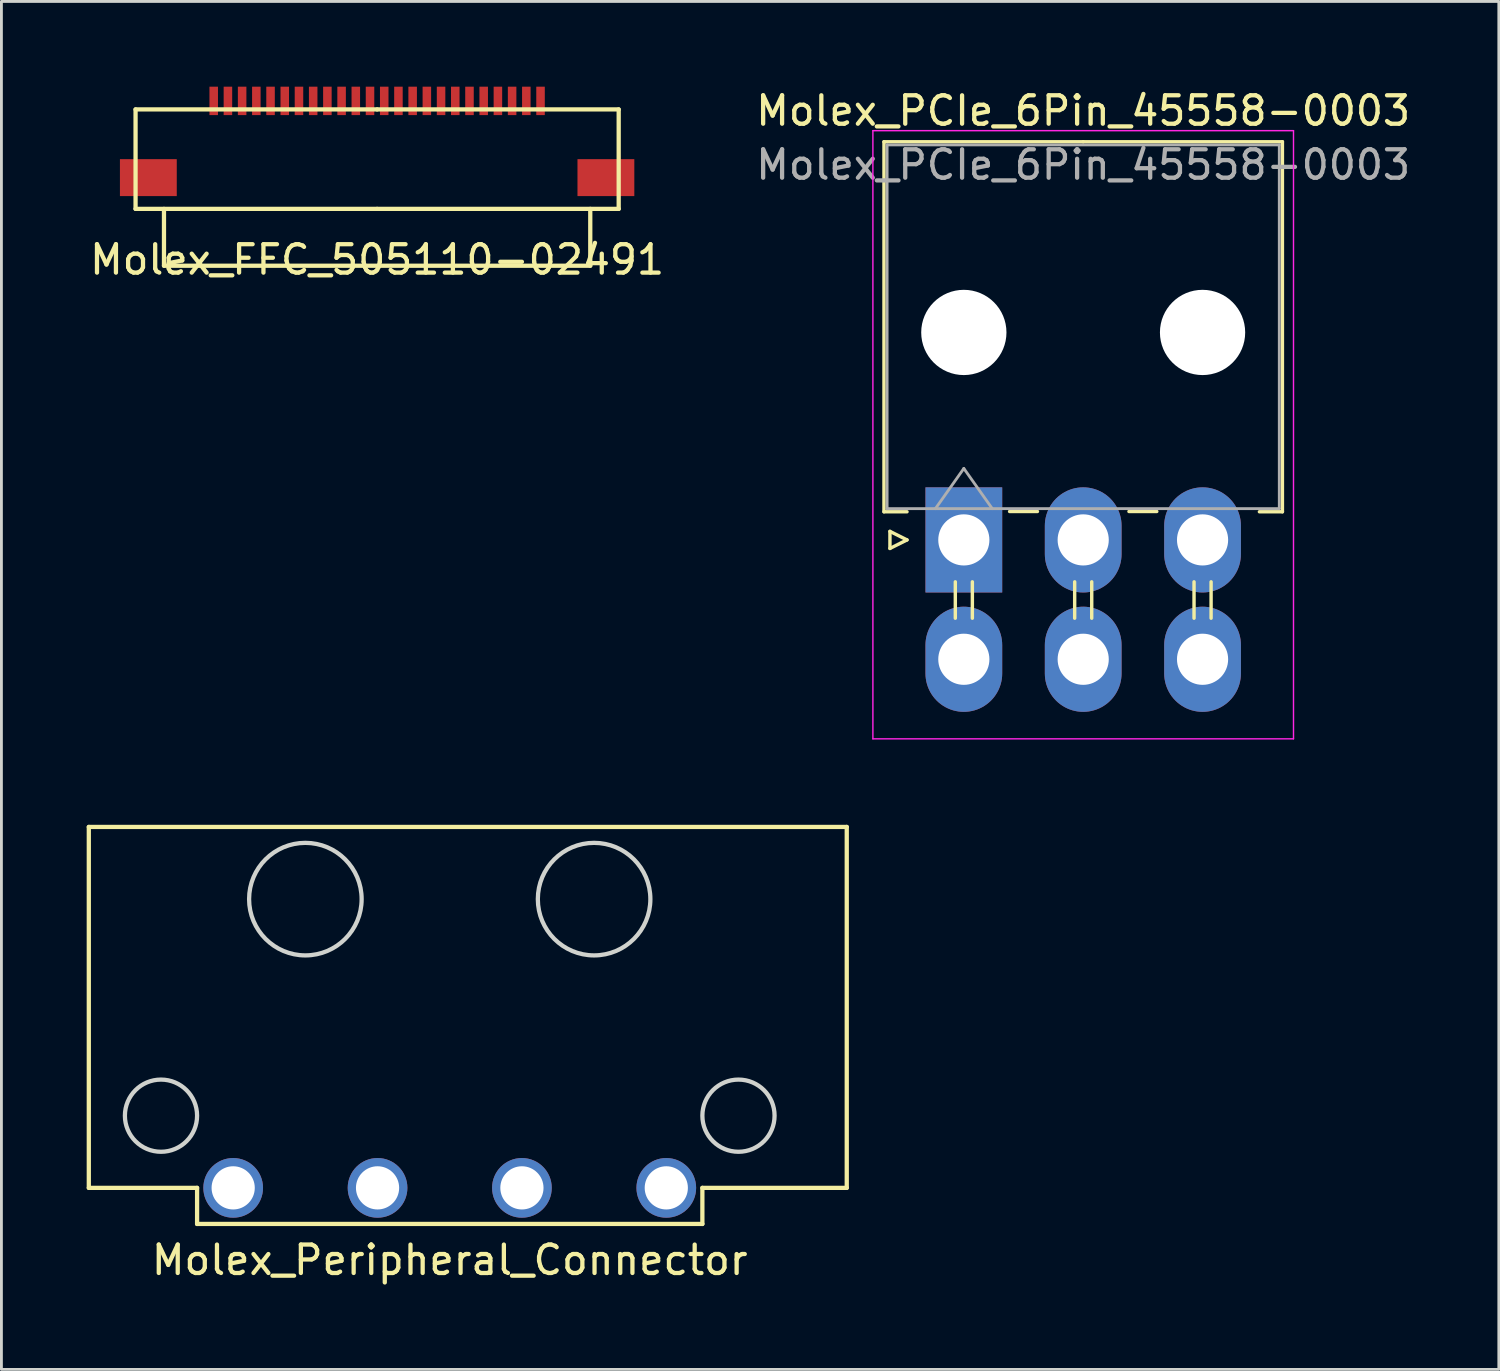
<source format=kicad_pcb>
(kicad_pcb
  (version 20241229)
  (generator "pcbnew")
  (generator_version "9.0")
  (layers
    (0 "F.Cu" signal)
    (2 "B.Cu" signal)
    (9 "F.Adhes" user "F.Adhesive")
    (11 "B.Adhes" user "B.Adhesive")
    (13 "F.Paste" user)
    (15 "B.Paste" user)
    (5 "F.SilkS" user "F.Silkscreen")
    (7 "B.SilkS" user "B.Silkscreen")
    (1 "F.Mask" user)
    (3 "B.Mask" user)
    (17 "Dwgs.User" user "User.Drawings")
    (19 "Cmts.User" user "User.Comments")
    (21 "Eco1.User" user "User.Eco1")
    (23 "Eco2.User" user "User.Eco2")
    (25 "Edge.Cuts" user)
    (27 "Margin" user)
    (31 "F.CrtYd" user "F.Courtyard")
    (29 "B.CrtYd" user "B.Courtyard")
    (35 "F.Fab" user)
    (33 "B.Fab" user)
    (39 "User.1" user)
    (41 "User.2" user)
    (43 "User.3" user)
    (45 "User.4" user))
  (footprint "Molex_FFC_505110-02491"
    (layer "F.Cu")
    (at 10.22 0.5)
    (property "Reference" "Molex_FFC_505110-02491" (at 0 5.588 0) (layer "F.SilkS") (effects (font (size 1 1) (thickness 0.15))))
    (attr through_hole)
    (fp_line (start -8.5 0.3) (end -8.5 3.8) (stroke (width 0.15) (type solid)) (layer "F.SilkS"))
    (fp_line (start -8.5 3.8) (end 0 3.8) (stroke (width 0.15) (type solid)) (layer "F.SilkS"))
    (fp_line (start -7.5 5.8) (end -7.5 3.8) (stroke (width 0.15) (type solid)) (layer "F.SilkS"))
    (fp_line (start 0 0.3) (end -8.5 0.3) (stroke (width 0.15) (type solid)) (layer "F.SilkS"))
    (fp_line (start 0 0.3) (end 8.5 0.3) (stroke (width 0.15) (type solid)) (layer "F.SilkS"))
    (fp_line (start 0 3.8) (end 8.5 3.8) (stroke (width 0.15) (type solid)) (layer "F.SilkS"))
    (fp_line (start 7.5 3.8) (end 7.5 5.8) (stroke (width 0.15) (type solid)) (layer "F.SilkS"))
    (fp_line (start 7.5 5.8) (end -7.5 5.8) (stroke (width 0.15) (type solid)) (layer "F.SilkS"))
    (fp_line (start 8.5 0.3) (end 8.5 3.8) (stroke (width 0.15) (type solid)) (layer "F.SilkS"))
    (pad "1" smd trapezoid (at -5.75 0) (size 0.3 1) (layers "F.Cu" "F.Mask" "F.Paste"))
    (pad "2" smd trapezoid (at -5.25 0) (size 0.3 1) (layers "F.Cu" "F.Mask" "F.Paste"))
    (pad "3" smd trapezoid (at -4.75 0) (size 0.3 1) (layers "F.Cu" "F.Mask" "F.Paste"))
    (pad "4" smd trapezoid (at -4.25 0) (size 0.3 1) (layers "F.Cu" "F.Mask" "F.Paste"))
    (pad "5" smd trapezoid (at -3.75 0) (size 0.3 1) (layers "F.Cu" "F.Mask" "F.Paste"))
    (pad "6" smd trapezoid (at -3.25 0) (size 0.3 1) (layers "F.Cu" "F.Mask" "F.Paste"))
    (pad "7" smd trapezoid (at -2.75 0) (size 0.3 1) (layers "F.Cu" "F.Mask" "F.Paste"))
    (pad "8" smd trapezoid (at -2.25 0) (size 0.3 1) (layers "F.Cu" "F.Mask" "F.Paste"))
    (pad "9" smd trapezoid (at -1.75 0) (size 0.3 1) (layers "F.Cu" "F.Mask" "F.Paste"))
    (pad "10" smd trapezoid (at -1.25 0) (size 0.3 1) (layers "F.Cu" "F.Mask" "F.Paste"))
    (pad "11" smd trapezoid (at -0.75 0) (size 0.3 1) (layers "F.Cu" "F.Mask" "F.Paste"))
    (pad "12" smd trapezoid (at -0.25 0) (size 0.3 1) (layers "F.Cu" "F.Mask" "F.Paste"))
    (pad "13" smd trapezoid (at 0.25 0) (size 0.3 1) (layers "F.Cu" "F.Mask" "F.Paste"))
    (pad "14" smd trapezoid (at 0.75 0) (size 0.3 1) (layers "F.Cu" "F.Mask" "F.Paste"))
    (pad "15" smd trapezoid (at 1.25 0) (size 0.3 1) (layers "F.Cu" "F.Mask" "F.Paste"))
    (pad "16" smd trapezoid (at 1.75 0) (size 0.3 1) (layers "F.Cu" "F.Mask" "F.Paste"))
    (pad "17" smd trapezoid (at 2.25 0) (size 0.3 1) (layers "F.Cu" "F.Mask" "F.Paste"))
    (pad "18" smd trapezoid (at 2.75 0) (size 0.3 1) (layers "F.Cu" "F.Mask" "F.Paste"))
    (pad "19" smd trapezoid (at 3.25 0) (size 0.3 1) (layers "F.Cu" "F.Mask" "F.Paste"))
    (pad "20" smd trapezoid (at 3.75 0) (size 0.3 1) (layers "F.Cu" "F.Mask" "F.Paste"))
    (pad "21" smd trapezoid (at 4.25 0) (size 0.3 1) (layers "F.Cu" "F.Mask" "F.Paste"))
    (pad "22" smd trapezoid (at 4.75 0) (size 0.3 1) (layers "F.Cu" "F.Mask" "F.Paste"))
    (pad "23" smd trapezoid (at 5.25 0) (size 0.3 1) (layers "F.Cu" "F.Mask" "F.Paste"))
    (pad "24" smd trapezoid (at 5.75 0) (size 0.3 1) (layers "F.Cu" "F.Mask" "F.Paste"))
    (pad "MP" smd rect (at -8.05 2.7) (size 2 1.3) (layers "F.Cu" "F.Mask" "F.Paste"))
    (pad "MP" smd rect (at 8.05 2.7 180) (size 2 1.3) (layers "F.Cu" "F.Mask" "F.Paste")))
  (footprint "Molex_Peripheral_Connector"
    (layer "F.Cu")
    (at 12.775 38.748)
    (property "Reference" "Molex_Peripheral_Connector" (at 0 2.54 0) (layer "F.SilkS") (effects (font (size 1 1) (thickness 0.15))))
    (attr through_hole)
    (fp_line (start -12.7 -12.7) (end -12.7 0) (stroke (width 0.15) (type solid)) (layer "F.SilkS"))
    (fp_line (start -12.7 0) (end -8.89 0) (stroke (width 0.15) (type solid)) (layer "F.SilkS"))
    (fp_line (start -8.89 0) (end -8.89 1.27) (stroke (width 0.15) (type solid)) (layer "F.SilkS"))
    (fp_line (start -8.89 1.27) (end 8.89 1.27) (stroke (width 0.15) (type solid)) (layer "F.SilkS"))
    (fp_line (start 8.89 0) (end 13.97 0) (stroke (width 0.15) (type solid)) (layer "F.SilkS"))
    (fp_line (start 8.89 1.27) (end 8.89 0) (stroke (width 0.15) (type solid)) (layer "F.SilkS"))
    (fp_line (start 13.97 -12.7) (end -12.7 -12.7) (stroke (width 0.15) (type solid)) (layer "F.SilkS"))
    (fp_line (start 13.97 0) (end 13.97 -12.7) (stroke (width 0.15) (type solid)) (layer "F.SilkS"))
    (fp_circle (center -10.16 -2.54) (end -8.89 -2.54) (stroke (width 0.15) (type solid)) (fill no) (layer "Edge.Cuts"))
    (fp_circle (center -5.08 -10.16) (end -3.1 -10.16) (stroke (width 0.15) (type solid)) (fill no) (layer "Edge.Cuts"))
    (fp_circle (center 5.08 -10.16) (end 7.06 -10.16) (stroke (width 0.15) (type solid)) (fill no) (layer "Edge.Cuts"))
    (fp_circle (center 10.16 -2.54) (end 11.43 -2.54) (stroke (width 0.15) (type solid)) (fill no) (layer "Edge.Cuts"))
    (pad "1" thru_hole circle (at -7.62 0) (size 2.1 2.1) (drill 1.52) (layers "*.Cu" "*.Mask"))
    (pad "2" thru_hole circle (at -2.54 0) (size 2.1 2.1) (drill 1.52) (layers "*.Cu" "*.Mask"))
    (pad "3" thru_hole circle (at 2.54 0) (size 2.1 2.1) (drill 1.52) (layers "*.Cu" "*.Mask"))
    (pad "4" thru_hole circle (at 7.62 0) (size 2.1 2.1) (drill 1.52) (layers "*.Cu" "*.Mask")))
  (footprint "Molex_PCIe_6Pin_45558-0003"
    (layer "F.Cu")
    (at 30.865 15.948)
    (property "Reference" "Molex_PCIe_6Pin_45558-0003" (at 4.2 -15.1 0) (layer "F.SilkS") (effects (font (size 1 1) (thickness 0.15))))
    (attr through_hole)
    (fp_line (start -2.81 -14.01) (end 4.2 -14.01) (stroke (width 0.12) (type solid)) (layer "F.SilkS"))
    (fp_line (start -2.81 -0.99) (end -2.81 -14.01) (stroke (width 0.12) (type solid)) (layer "F.SilkS"))
    (fp_line (start -2.6 -0.3) (end -2 0) (stroke (width 0.12) (type solid)) (layer "F.SilkS"))
    (fp_line (start -2.6 0.3) (end -2.6 -0.3) (stroke (width 0.12) (type solid)) (layer "F.SilkS"))
    (fp_line (start -2 -0.99) (end -2.81 -0.99) (stroke (width 0.12) (type solid)) (layer "F.SilkS"))
    (fp_line (start -2 0) (end -2.6 0.3) (stroke (width 0.12) (type solid)) (layer "F.SilkS"))
    (fp_line (start -0.3 1.475) (end -0.3 2.755) (stroke (width 0.12) (type solid)) (layer "F.SilkS"))
    (fp_line (start 0.3 1.475) (end 0.3 2.755) (stroke (width 0.12) (type solid)) (layer "F.SilkS"))
    (fp_line (start 1.61 -1) (end 2.59 -1) (stroke (width 0.12) (type solid)) (layer "F.SilkS"))
    (fp_line (start 3.9 1.475) (end 3.9 2.755) (stroke (width 0.12) (type solid)) (layer "F.SilkS"))
    (fp_line (start 4.5 1.475) (end 4.5 2.755) (stroke (width 0.12) (type solid)) (layer "F.SilkS"))
    (fp_line (start 5.81 -1) (end 6.79 -1) (stroke (width 0.12) (type solid)) (layer "F.SilkS"))
    (fp_line (start 8.1 1.475) (end 8.1 2.755) (stroke (width 0.12) (type solid)) (layer "F.SilkS"))
    (fp_line (start 8.7 1.475) (end 8.7 2.755) (stroke (width 0.12) (type solid)) (layer "F.SilkS"))
    (fp_line (start 10.4 -0.99) (end 11.21 -0.99) (stroke (width 0.12) (type solid)) (layer "F.SilkS"))
    (fp_line (start 11.21 -14.01) (end 4.2 -14.01) (stroke (width 0.12) (type solid)) (layer "F.SilkS"))
    (fp_line (start 11.21 -0.99) (end 11.21 -14.01) (stroke (width 0.12) (type solid)) (layer "F.SilkS"))
    (fp_line (start -3.2 -14.4) (end -3.2 7) (stroke (width 0.05) (type solid)) (layer "F.CrtYd"))
    (fp_line (start -3.2 7) (end 11.6 7) (stroke (width 0.05) (type solid)) (layer "F.CrtYd"))
    (fp_line (start 11.6 -14.4) (end -3.2 -14.4) (stroke (width 0.05) (type solid)) (layer "F.CrtYd"))
    (fp_line (start 11.6 7) (end 11.6 -14.4) (stroke (width 0.05) (type solid)) (layer "F.CrtYd"))
    (fp_line (start -2.7 -13.9) (end -2.7 -1.1) (stroke (width 0.1) (type solid)) (layer "F.Fab"))
    (fp_line (start -2.7 -1.1) (end 11.1 -1.1) (stroke (width 0.1) (type solid)) (layer "F.Fab"))
    (fp_line (start -1 -1.1) (end 0 -2.514) (stroke (width 0.1) (type solid)) (layer "F.Fab"))
    (fp_line (start 0 -2.514) (end 1 -1.1) (stroke (width 0.1) (type solid)) (layer "F.Fab"))
    (fp_line (start 11.1 -13.9) (end -2.7 -13.9) (stroke (width 0.1) (type solid)) (layer "F.Fab"))
    (fp_line (start 11.1 -1.1) (end 11.1 -13.9) (stroke (width 0.1) (type solid)) (layer "F.Fab"))
    (fp_text user "${REFERENCE}" (at 4.2 -13.2 0) (layer "F.Fab") (effects (font (size 1 1) (thickness 0.15))))
    (pad "" np_thru_hole circle (at 0 -7.3) (size 3 3) (drill 3) (layers "*.Cu" "*.Mask"))
    (pad "" np_thru_hole circle (at 8.4 -7.3) (size 3 3) (drill 3) (layers "*.Cu" "*.Mask"))
    (pad "1" thru_hole rect (at 0 0) (size 2.7 3.7) (drill 1.8) (layers "*.Cu" "*.Mask"))
    (pad "2" thru_hole oval (at 4.2 0) (size 2.7 3.7) (drill 1.8) (layers "*.Cu" "*.Mask"))
    (pad "3" thru_hole oval (at 8.4 0) (size 2.7 3.7) (drill 1.8) (layers "*.Cu" "*.Mask"))
    (pad "4" thru_hole oval (at 0 4.2) (size 2.7 3.7) (drill 1.8) (layers "*.Cu" "*.Mask"))
    (pad "5" thru_hole oval (at 4.2 4.2) (size 2.7 3.7) (drill 1.8) (layers "*.Cu" "*.Mask"))
    (pad "6" thru_hole oval (at 8.4 4.2) (size 2.7 3.7) (drill 1.8) (layers "*.Cu" "*.Mask")))
  (gr_rect
    (start -3 -3)
    (end 49.69 45.136)
    (stroke (width 0.1) (type default))
    (fill no)
    (layer "Edge.Cuts")))
</source>
